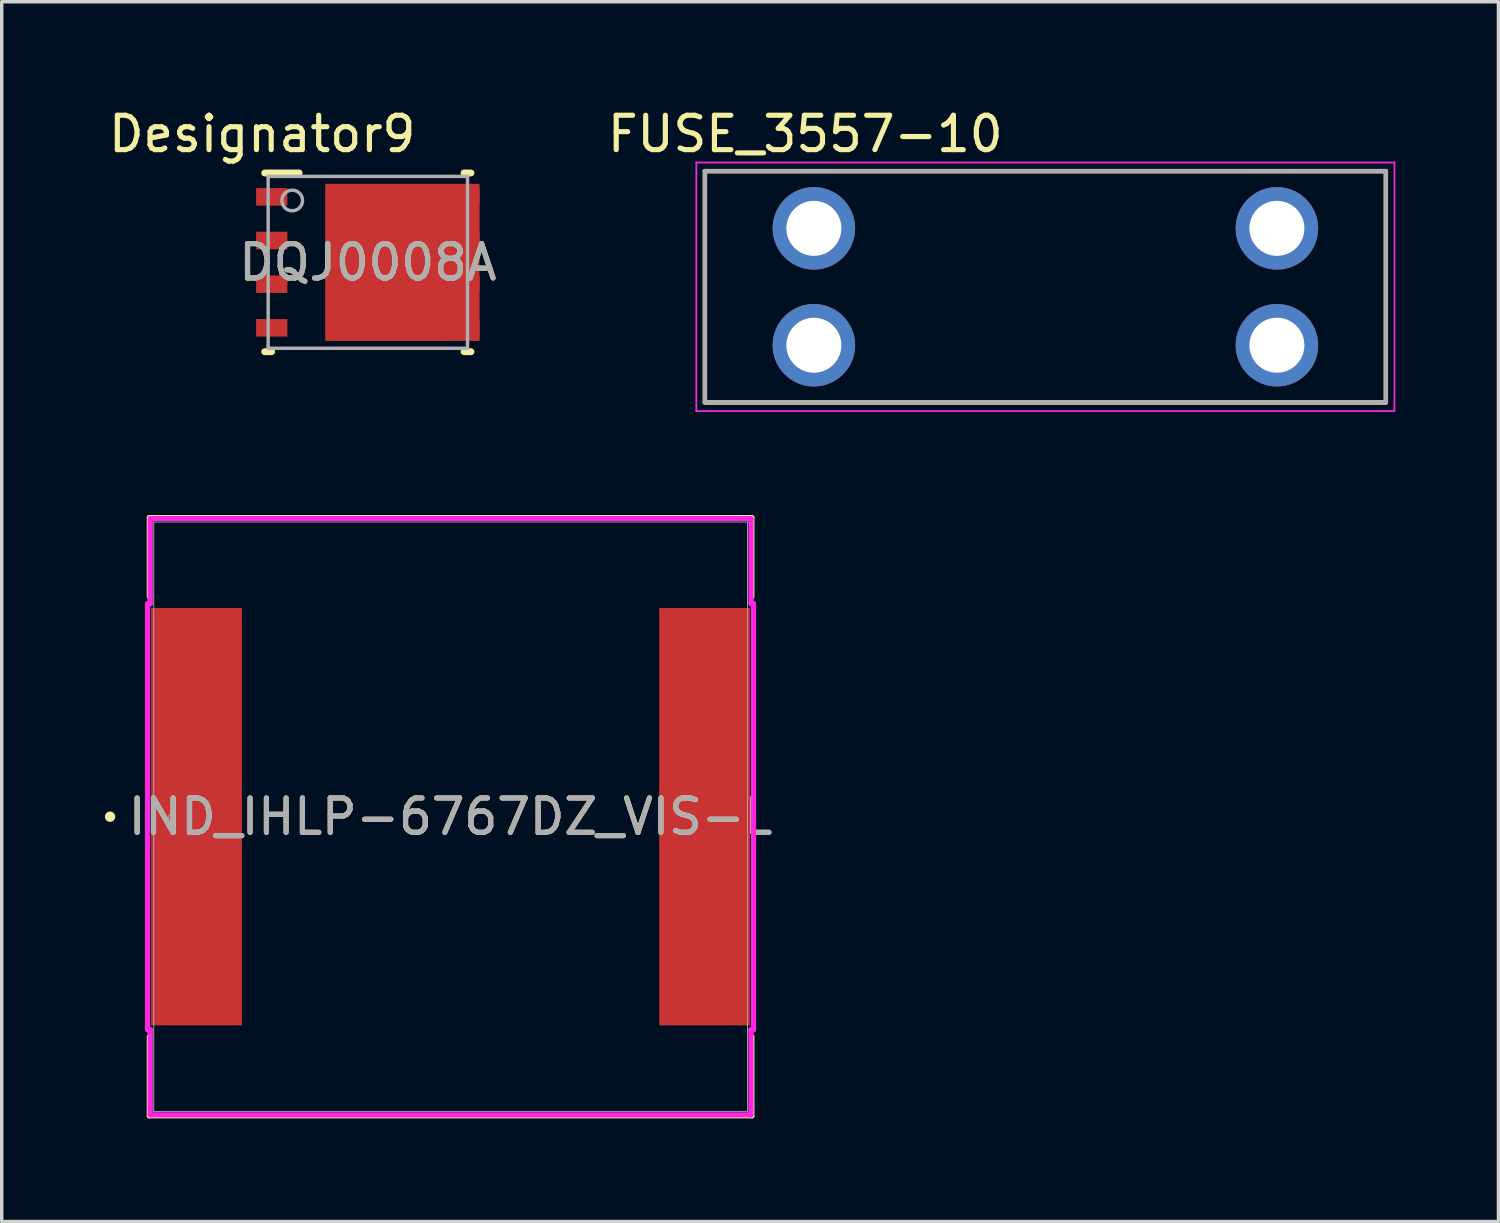
<source format=kicad_pcb>
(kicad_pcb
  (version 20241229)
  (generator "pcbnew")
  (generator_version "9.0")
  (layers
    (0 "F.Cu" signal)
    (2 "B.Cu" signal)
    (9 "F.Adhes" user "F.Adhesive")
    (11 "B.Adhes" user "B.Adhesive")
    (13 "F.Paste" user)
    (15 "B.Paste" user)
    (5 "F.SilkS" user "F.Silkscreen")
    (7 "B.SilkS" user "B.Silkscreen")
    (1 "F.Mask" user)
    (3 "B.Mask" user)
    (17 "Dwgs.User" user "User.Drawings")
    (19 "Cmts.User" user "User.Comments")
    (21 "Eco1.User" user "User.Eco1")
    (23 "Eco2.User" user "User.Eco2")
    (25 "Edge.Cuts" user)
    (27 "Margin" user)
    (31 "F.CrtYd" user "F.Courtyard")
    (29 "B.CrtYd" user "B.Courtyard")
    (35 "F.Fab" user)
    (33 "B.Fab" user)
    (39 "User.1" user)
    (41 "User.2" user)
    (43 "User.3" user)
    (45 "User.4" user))
  (footprint "FUSE_3557-10"
    (layer "F.Cu")
    (at 27.362 5.293)
    (property "Reference" "FUSE_3557-10" (at -6.985 -4.445 0) (layer "F.SilkS") (effects (font (size 1 1) (thickness 0.15))))
    (attr through_hole)
    (fp_line (start -9.905 -3.365) (end -9.905 3.365) (stroke (width 0.127) (type solid)) (layer "F.SilkS"))
    (fp_line (start -9.905 3.365) (end 9.905 3.365) (stroke (width 0.127) (type solid)) (layer "F.SilkS"))
    (fp_line (start 9.905 -3.365) (end -9.905 -3.365) (stroke (width 0.127) (type solid)) (layer "F.SilkS"))
    (fp_line (start 9.905 3.365) (end 9.905 -3.365) (stroke (width 0.127) (type solid)) (layer "F.SilkS"))
    (fp_line (start -10.155 -3.615) (end 10.155 -3.615) (stroke (width 0.05) (type solid)) (layer "F.CrtYd"))
    (fp_line (start -10.155 3.615) (end -10.155 -3.615) (stroke (width 0.05) (type solid)) (layer "F.CrtYd"))
    (fp_line (start 10.155 -3.615) (end 10.155 3.615) (stroke (width 0.05) (type solid)) (layer "F.CrtYd"))
    (fp_line (start 10.155 3.615) (end -10.155 3.615) (stroke (width 0.05) (type solid)) (layer "F.CrtYd"))
    (fp_line (start -9.905 -3.365) (end -9.905 3.365) (stroke (width 0.127) (type solid)) (layer "F.Fab"))
    (fp_line (start -9.905 3.365) (end 9.905 3.365) (stroke (width 0.127) (type solid)) (layer "F.Fab"))
    (fp_line (start 9.905 -3.365) (end -9.905 -3.365) (stroke (width 0.127) (type solid)) (layer "F.Fab"))
    (fp_line (start 9.905 3.365) (end 9.905 -3.365) (stroke (width 0.127) (type solid)) (layer "F.Fab"))
    (pad "1_1" thru_hole circle (at -6.735 -1.7) (size 2.4 2.4) (drill 1.6) (layers "*.Cu" "*.Mask"))
    (pad "1_2" thru_hole circle (at -6.735 1.7) (size 2.4 2.4) (drill 1.6) (layers "*.Cu" "*.Mask"))
    (pad "2_1" thru_hole circle (at 6.735 -1.7) (size 2.4 2.4) (drill 1.6) (layers "*.Cu" "*.Mask"))
    (pad "2_2" thru_hole circle (at 6.735 1.7) (size 2.4 2.4) (drill 1.6) (layers "*.Cu" "*.Mask")))
  (footprint "IND_IHLP-6767DZ_VIS-L"
    (layer "F.Cu")
    (at 10.058 20.709)
    (property "Reference" "IND_IHLP-6767DZ_VIS-L" (at 0 0 0) (unlocked yes) (layer "F.SilkS") (effects (font (size 1 1) (thickness 0.15))))
    (attr smd)
    (fp_line (start -8.763 -8.7) (end -8.763 -6.399) (stroke (width 0.152) (type solid)) (layer "F.SilkS"))
    (fp_line (start -8.763 6.399) (end -8.763 8.7) (stroke (width 0.152) (type solid)) (layer "F.SilkS"))
    (fp_line (start -8.763 8.7) (end 8.763 8.7) (stroke (width 0.152) (type solid)) (layer "F.SilkS"))
    (fp_line (start 8.763 -8.7) (end -8.763 -8.7) (stroke (width 0.152) (type solid)) (layer "F.SilkS"))
    (fp_line (start 8.763 -6.399) (end 8.763 -8.7) (stroke (width 0.152) (type solid)) (layer "F.SilkS"))
    (fp_line (start 8.763 8.7) (end 8.763 6.399) (stroke (width 0.152) (type solid)) (layer "F.SilkS"))
    (fp_circle (center -9.906 0) (end -9.83 0) (stroke (width 0.152) (type solid)) (fill no) (layer "F.SilkS"))
    (fp_line (start -8.814 -6.198) (end -8.738 -6.198) (stroke (width 0.152) (type solid)) (layer "F.CrtYd"))
    (fp_line (start -8.814 6.198) (end -8.814 -6.198) (stroke (width 0.152) (type solid)) (layer "F.CrtYd"))
    (fp_line (start -8.738 -8.674) (end 8.738 -8.674) (stroke (width 0.152) (type solid)) (layer "F.CrtYd"))
    (fp_line (start -8.738 -6.198) (end -8.738 -8.674) (stroke (width 0.152) (type solid)) (layer "F.CrtYd"))
    (fp_line (start -8.738 6.198) (end -8.814 6.198) (stroke (width 0.152) (type solid)) (layer "F.CrtYd"))
    (fp_line (start -8.738 8.674) (end -8.738 6.198) (stroke (width 0.152) (type solid)) (layer "F.CrtYd"))
    (fp_line (start 8.738 -8.674) (end 8.738 -6.198) (stroke (width 0.152) (type solid)) (layer "F.CrtYd"))
    (fp_line (start 8.738 -6.198) (end 8.814 -6.198) (stroke (width 0.152) (type solid)) (layer "F.CrtYd"))
    (fp_line (start 8.738 6.198) (end 8.738 8.674) (stroke (width 0.152) (type solid)) (layer "F.CrtYd"))
    (fp_line (start 8.738 8.674) (end -8.738 8.674) (stroke (width 0.152) (type solid)) (layer "F.CrtYd"))
    (fp_line (start 8.814 -6.198) (end 8.814 6.198) (stroke (width 0.152) (type solid)) (layer "F.CrtYd"))
    (fp_line (start 8.814 6.198) (end 8.738 6.198) (stroke (width 0.152) (type solid)) (layer "F.CrtYd"))
    (fp_line (start -8.636 -8.572) (end -8.636 8.572) (stroke (width 0.025) (type solid)) (layer "F.Fab"))
    (fp_line (start -8.636 8.572) (end 8.636 8.572) (stroke (width 0.025) (type solid)) (layer "F.Fab"))
    (fp_line (start 8.636 -8.572) (end -8.636 -8.572) (stroke (width 0.025) (type solid)) (layer "F.Fab"))
    (fp_line (start 8.636 8.572) (end 8.636 -8.572) (stroke (width 0.025) (type solid)) (layer "F.Fab"))
    (fp_circle (center -8.128 0) (end -8.052 0) (stroke (width 0.025) (type solid)) (fill no) (layer "F.Fab"))
    (fp_text user "${REFERENCE}" (at 0 0 0) (unlocked yes) (layer "F.Fab") (effects (font (size 1 1) (thickness 0.15))))
    (pad "1" smd rect (at -7.391 0 90) (size 12.141 2.642) (layers "F.Cu" "F.Mask" "F.Paste"))
    (pad "2" smd rect (at 7.391 0 90) (size 12.141 2.642) (layers "F.Cu" "F.Mask" "F.Paste"))
    (zone (net_name "") (layer "F.Cu") (hatch full 0.508) (connect_pads) (min_thickness 0.254) (filled_areas_thickness no) (keepout (tracks not_allowed) (vias not_allowed) (pads allowed) (copperpour not_allowed) (footprints allowed)) (placement (enabled no)) (fill) (polygon (pts (xy 1.473 12.187) (xy 18.644 12.187) (xy 18.644 14.562) (xy 1.473 14.562))))
    (zone (net_name "") (layer "F.Cu") (hatch full 0.508) (connect_pads) (min_thickness 0.254) (filled_areas_thickness no) (keepout (tracks not_allowed) (vias not_allowed) (pads allowed) (copperpour not_allowed) (footprints allowed)) (placement (enabled no)) (fill) (polygon (pts (xy 1.473 26.856) (xy 18.644 26.856) (xy 18.644 29.231) (xy 1.473 29.231))))
    (zone (net_name "") (layer "F.Cu") (hatch full 0.508) (connect_pads) (min_thickness 0.254) (filled_areas_thickness no) (keepout (tracks not_allowed) (vias not_allowed) (pads allowed) (copperpour not_allowed) (footprints allowed)) (placement (enabled no)) (fill) (polygon (pts (xy 4.039 14.562) (xy 16.078 14.562) (xy 16.078 26.856) (xy 4.039 26.856)))))
  (footprint "DQJ0008A"
    (layer "F.Cu")
    (at 7.651 4.582)
    (property "Reference" "DQJ0008A" (at 0 0 0) (unlocked yes) (layer "F.SilkS") (effects (font (size 1 1) (thickness 0.15))))
    (attr smd)
    (fp_poly (pts (xy 2.25 -1.7) (xy 2.475 -1.7) (xy 2.475 -2.11) (xy 2.25 -2.11)) (stroke (width 0) (type solid)) (fill yes) (layer "F.Mask"))
    (fp_poly (pts (xy 2.25 -0.43) (xy 2.475 -0.43) (xy 2.475 -0.84) (xy 2.25 -0.84)) (stroke (width 0) (type solid)) (fill yes) (layer "F.Mask"))
    (fp_poly (pts (xy 2.25 0.84) (xy 2.475 0.84) (xy 2.475 0.43) (xy 2.25 0.43)) (stroke (width 0) (type solid)) (fill yes) (layer "F.Mask"))
    (fp_poly (pts (xy 2.25 2.11) (xy 2.475 2.11) (xy 2.475 1.7) (xy 2.25 1.7)) (stroke (width 0) (type solid)) (fill yes) (layer "F.Mask"))
    (fp_poly (pts (xy -1.19 2.183) (xy -1.19 -2.183) (xy -1.189 -2.193) (xy -1.186 -2.203) (xy -1.181 -2.212) (xy -1.175 -2.22) (xy -1.167 -2.226) (xy -1.158 -2.231) (xy -1.148 -2.234) (xy -1.138 -2.235) (xy 2.238 -2.235) (xy 2.248 -2.234) (xy 2.258 -2.231) (xy 2.267 -2.226) (xy 2.275 -2.22) (xy 2.281 -2.212) (xy 2.286 -2.203) (xy 2.289 -2.193) (xy 2.29 -2.183) (xy 2.29 2.183) (xy 2.289 2.193) (xy 2.286 2.203) (xy 2.281 2.212) (xy 2.275 2.22) (xy 2.267 2.226) (xy 2.258 2.231) (xy 2.248 2.234) (xy 2.238 2.235) (xy -1.138 2.235) (xy -1.148 2.234) (xy -1.158 2.231) (xy -1.167 2.226) (xy -1.175 2.22) (xy -1.181 2.212) (xy -1.186 2.203) (xy -1.189 2.193)) (stroke (width 0) (type solid)) (fill yes) (layer "F.Mask"))
    (fp_line (start -3 -2.6) (end -2 -2.6) (stroke (width 0.2) (type solid)) (layer "F.SilkS"))
    (fp_line (start -3 2.6) (end -2.8 2.6) (stroke (width 0.2) (type solid)) (layer "F.SilkS"))
    (fp_line (start 2.8 -2.6) (end 3 -2.6) (stroke (width 0.2) (type solid)) (layer "F.SilkS"))
    (fp_line (start 2.8 2.6) (end 3 2.6) (stroke (width 0.2) (type solid)) (layer "F.SilkS"))
    (fp_poly (pts (xy -1.17 -0.875) (xy -1.17 -2.025) (xy -1.169 -2.035) (xy -1.166 -2.044) (xy -1.162 -2.053) (xy -1.155 -2.06) (xy -1.148 -2.067) (xy -1.139 -2.071) (xy -1.13 -2.074) (xy -1.12 -2.075) (xy 0.36 -2.075) (xy 0.37 -2.074) (xy 0.379 -2.071) (xy 0.388 -2.067) (xy 0.395 -2.06) (xy 0.402 -2.053) (xy 0.406 -2.044) (xy 0.409 -2.035) (xy 0.41 -2.025) (xy 0.41 -0.875) (xy 0.409 -0.865) (xy 0.406 -0.856) (xy 0.402 -0.847) (xy 0.395 -0.84) (xy 0.388 -0.833) (xy 0.379 -0.829) (xy 0.37 -0.826) (xy 0.36 -0.825) (xy -1.12 -0.825) (xy -1.13 -0.826) (xy -1.139 -0.829) (xy -1.148 -0.833) (xy -1.155 -0.84) (xy -1.162 -0.847) (xy -1.166 -0.856) (xy -1.169 -0.865)) (stroke (width 0) (type solid)) (fill yes) (layer "F.Paste"))
    (fp_poly (pts (xy -1.17 0.575) (xy -1.17 -0.575) (xy -1.169 -0.585) (xy -1.166 -0.594) (xy -1.162 -0.603) (xy -1.155 -0.61) (xy -1.148 -0.617) (xy -1.139 -0.621) (xy -1.13 -0.624) (xy -1.12 -0.625) (xy 0.36 -0.625) (xy 0.37 -0.624) (xy 0.379 -0.621) (xy 0.388 -0.617) (xy 0.395 -0.61) (xy 0.402 -0.603) (xy 0.406 -0.594) (xy 0.409 -0.585) (xy 0.41 -0.575) (xy 0.41 0.575) (xy 0.409 0.585) (xy 0.406 0.594) (xy 0.402 0.603) (xy 0.395 0.61) (xy 0.388 0.617) (xy 0.379 0.621) (xy 0.37 0.624) (xy 0.36 0.625) (xy -1.12 0.625) (xy -1.13 0.624) (xy -1.139 0.621) (xy -1.148 0.617) (xy -1.155 0.61) (xy -1.162 0.603) (xy -1.166 0.594) (xy -1.169 0.585)) (stroke (width 0) (type solid)) (fill yes) (layer "F.Paste"))
    (fp_poly (pts (xy -1.17 2.025) (xy -1.17 0.875) (xy -1.169 0.865) (xy -1.166 0.856) (xy -1.162 0.847) (xy -1.155 0.84) (xy -1.148 0.833) (xy -1.139 0.829) (xy -1.13 0.826) (xy -1.12 0.825) (xy 0.36 0.825) (xy 0.37 0.826) (xy 0.379 0.829) (xy 0.388 0.833) (xy 0.395 0.84) (xy 0.402 0.847) (xy 0.406 0.856) (xy 0.409 0.865) (xy 0.41 0.875) (xy 0.41 2.025) (xy 0.409 2.035) (xy 0.406 2.044) (xy 0.402 2.053) (xy 0.395 2.06) (xy 0.388 2.067) (xy 0.379 2.071) (xy 0.37 2.074) (xy 0.36 2.075) (xy -1.12 2.075) (xy -1.13 2.074) (xy -1.139 2.071) (xy -1.148 2.067) (xy -1.155 2.06) (xy -1.162 2.053) (xy -1.166 2.044) (xy -1.169 2.035)) (stroke (width 0) (type solid)) (fill yes) (layer "F.Paste"))
    (fp_poly (pts (xy 2.19 -2.025) (xy 2.19 -0.875) (xy 2.189 -0.865) (xy 2.186 -0.856) (xy 2.182 -0.847) (xy 2.175 -0.84) (xy 2.168 -0.833) (xy 2.159 -0.829) (xy 2.15 -0.826) (xy 2.14 -0.825) (xy 0.66 -0.825) (xy 0.65 -0.826) (xy 0.641 -0.829) (xy 0.632 -0.833) (xy 0.625 -0.84) (xy 0.618 -0.847) (xy 0.614 -0.856) (xy 0.611 -0.865) (xy 0.61 -0.875) (xy 0.61 -2.025) (xy 0.611 -2.035) (xy 0.614 -2.044) (xy 0.618 -2.053) (xy 0.625 -2.06) (xy 0.632 -2.067) (xy 0.641 -2.071) (xy 0.65 -2.074) (xy 0.66 -2.075) (xy 2.14 -2.075) (xy 2.15 -2.074) (xy 2.159 -2.071) (xy 2.168 -2.067) (xy 2.175 -2.06) (xy 2.182 -2.053) (xy 2.186 -2.044) (xy 2.189 -2.035)) (stroke (width 0) (type solid)) (fill yes) (layer "F.Paste"))
    (fp_poly (pts (xy 2.19 -0.575) (xy 2.19 0.575) (xy 2.189 0.585) (xy 2.186 0.594) (xy 2.182 0.603) (xy 2.175 0.61) (xy 2.168 0.617) (xy 2.159 0.621) (xy 2.15 0.624) (xy 2.14 0.625) (xy 0.66 0.625) (xy 0.65 0.624) (xy 0.641 0.621) (xy 0.632 0.617) (xy 0.625 0.61) (xy 0.618 0.603) (xy 0.614 0.594) (xy 0.611 0.585) (xy 0.61 0.575) (xy 0.61 -0.575) (xy 0.611 -0.585) (xy 0.614 -0.594) (xy 0.618 -0.603) (xy 0.625 -0.61) (xy 0.632 -0.617) (xy 0.641 -0.621) (xy 0.65 -0.624) (xy 0.66 -0.625) (xy 2.14 -0.625) (xy 2.15 -0.624) (xy 2.159 -0.621) (xy 2.168 -0.617) (xy 2.175 -0.61) (xy 2.182 -0.603) (xy 2.186 -0.594) (xy 2.189 -0.585)) (stroke (width 0) (type solid)) (fill yes) (layer "F.Paste"))
    (fp_poly (pts (xy 2.19 0.875) (xy 2.19 2.025) (xy 2.189 2.035) (xy 2.186 2.044) (xy 2.182 2.053) (xy 2.175 2.06) (xy 2.168 2.067) (xy 2.159 2.071) (xy 2.15 2.074) (xy 2.14 2.075) (xy 0.66 2.075) (xy 0.65 2.074) (xy 0.641 2.071) (xy 0.632 2.067) (xy 0.625 2.06) (xy 0.618 2.053) (xy 0.614 2.044) (xy 0.611 2.035) (xy 0.61 2.025) (xy 0.61 0.875) (xy 0.611 0.865) (xy 0.614 0.856) (xy 0.618 0.847) (xy 0.625 0.84) (xy 0.632 0.833) (xy 0.641 0.829) (xy 0.65 0.826) (xy 0.66 0.825) (xy 2.14 0.825) (xy 2.15 0.826) (xy 2.159 0.829) (xy 2.168 0.833) (xy 2.175 0.84) (xy 2.182 0.847) (xy 2.186 0.856) (xy 2.189 0.865)) (stroke (width 0) (type solid)) (fill yes) (layer "F.Paste"))
    (fp_line (start -2.9 -2.5) (end 2.9 -2.5) (stroke (width 0.1) (type solid)) (layer "F.Fab"))
    (fp_line (start -2.9 2.5) (end -2.9 -2.5) (stroke (width 0.1) (type solid)) (layer "F.Fab"))
    (fp_line (start -2.9 2.5) (end 2.9 2.5) (stroke (width 0.1) (type solid)) (layer "F.Fab"))
    (fp_line (start 2.9 2.5) (end 2.9 -2.5) (stroke (width 0.1) (type solid)) (layer "F.Fab"))
    (fp_circle (center -2.2 -1.8) (end -1.9 -1.8) (stroke (width 0.1) (type solid)) (fill no) (layer "F.Fab"))
    (fp_text user "Designator9" (at -3.073 -3.734 0) (unlocked yes) (layer "F.SilkS") (effects (font (size 1 1) (thickness 0.15))))
    (fp_text user "${REFERENCE}" (at 0 0 0) (unlocked yes) (layer "F.Fab") (effects (font (size 1 1) (thickness 0.15))))
    (pad "1" smd rect (at -2.795 -1.905) (size 0.91 0.51) (layers "F.Cu" "F.Mask" "F.Paste"))
    (pad "2" smd rect (at -2.795 -0.635) (size 0.91 0.51) (layers "F.Cu" "F.Mask" "F.Paste"))
    (pad "3" smd rect (at -2.795 0.635) (size 0.91 0.51) (layers "F.Cu" "F.Mask" "F.Paste"))
    (pad "4" smd rect (at -2.795 1.905) (size 0.91 0.51) (layers "F.Cu" "F.Mask" "F.Paste"))
    (pad "5" smd rect (at 2.795 1.905) (size 0.91 0.51) (layers "F.Cu" "F.Mask" "F.Paste"))
    (pad "6" smd rect (at 2.795 0.635) (size 0.91 0.51) (layers "F.Cu" "F.Mask" "F.Paste"))
    (pad "7" smd rect (at 2.795 -0.635) (size 0.91 0.51) (layers "F.Cu" "F.Mask" "F.Paste"))
    (pad "8" smd rect (at 2.795 -1.905) (size 0.91 0.51) (layers "F.Cu" "F.Mask" "F.Paste"))
    (pad "9" smd rect (at 1.005 0) (size 4.49 4.57) (layers "F.Cu")))
  (gr_rect
    (start -3 -3)
    (end 40.542 32.485)
    (stroke (width 0.1) (type default))
    (fill no)
    (layer "Edge.Cuts")))
</source>
